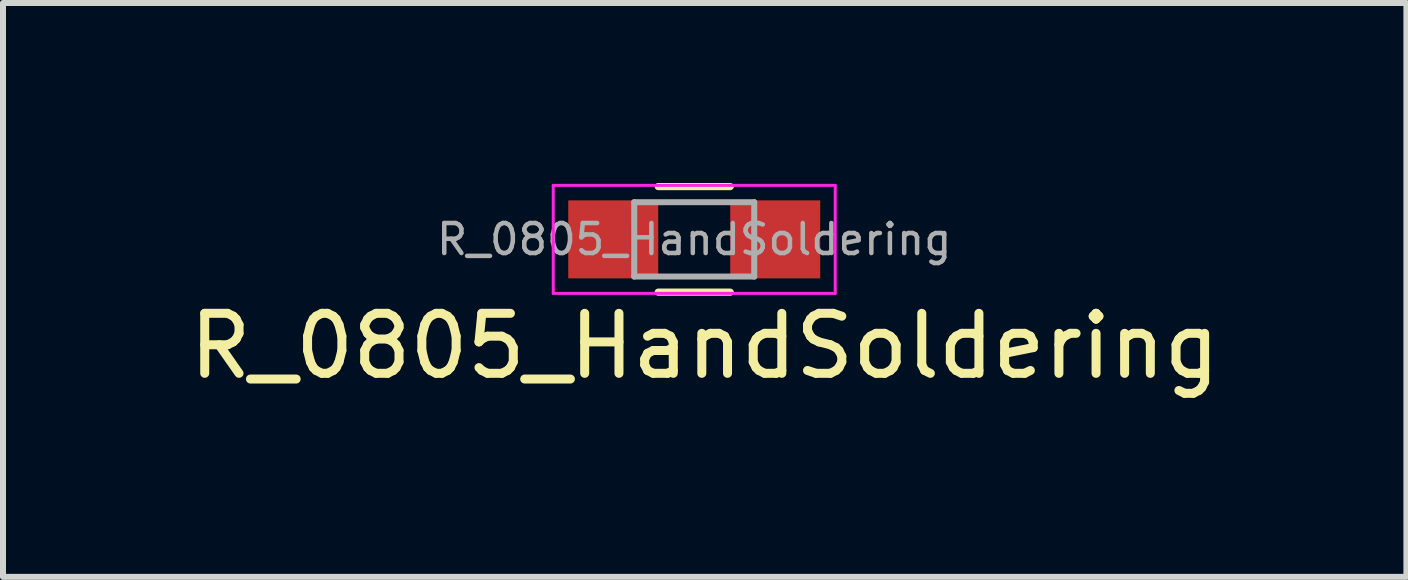
<source format=kicad_pcb>
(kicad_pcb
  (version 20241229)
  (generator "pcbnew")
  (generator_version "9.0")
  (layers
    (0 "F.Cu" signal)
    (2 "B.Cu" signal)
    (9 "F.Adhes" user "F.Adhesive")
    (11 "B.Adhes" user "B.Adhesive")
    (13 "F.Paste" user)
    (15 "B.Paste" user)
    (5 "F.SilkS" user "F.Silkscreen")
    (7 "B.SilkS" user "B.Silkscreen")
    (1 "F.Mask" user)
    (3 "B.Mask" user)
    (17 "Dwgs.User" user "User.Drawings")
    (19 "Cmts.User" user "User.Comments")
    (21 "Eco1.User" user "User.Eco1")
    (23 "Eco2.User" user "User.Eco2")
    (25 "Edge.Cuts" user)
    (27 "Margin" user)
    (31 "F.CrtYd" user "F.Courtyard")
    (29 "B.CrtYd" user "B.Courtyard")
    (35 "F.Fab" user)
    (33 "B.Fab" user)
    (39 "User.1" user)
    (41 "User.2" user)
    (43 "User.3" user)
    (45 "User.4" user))
  (footprint "R_0805_HandSoldering"
    (layer "F.Cu")
    (at 8.522 0.94)
    (property "Reference" "R_0805_HandSoldering" (at 0.174 1.778 0) (layer "F.SilkS") (effects (font (size 1 1) (thickness 0.15))))
    (attr smd)
    (fp_line (start -0.6 -0.88) (end 0.6 -0.88) (stroke (width 0.12) (type solid)) (layer "F.SilkS"))
    (fp_line (start 0.6 0.88) (end -0.6 0.88) (stroke (width 0.12) (type solid)) (layer "F.SilkS"))
    (fp_line (start -2.35 -0.9) (end -2.35 0.9) (stroke (width 0.05) (type solid)) (layer "F.CrtYd"))
    (fp_line (start -2.35 -0.9) (end 2.35 -0.9) (stroke (width 0.05) (type solid)) (layer "F.CrtYd"))
    (fp_line (start 2.35 0.9) (end -2.35 0.9) (stroke (width 0.05) (type solid)) (layer "F.CrtYd"))
    (fp_line (start 2.35 0.9) (end 2.35 -0.9) (stroke (width 0.05) (type solid)) (layer "F.CrtYd"))
    (fp_line (start -1 -0.62) (end 1 -0.62) (stroke (width 0.1) (type solid)) (layer "F.Fab"))
    (fp_line (start -1 0.62) (end -1 -0.62) (stroke (width 0.1) (type solid)) (layer "F.Fab"))
    (fp_line (start 1 -0.62) (end 1 0.62) (stroke (width 0.1) (type solid)) (layer "F.Fab"))
    (fp_line (start 1 0.62) (end -1 0.62) (stroke (width 0.1) (type solid)) (layer "F.Fab"))
    (fp_text user "${REFERENCE}" (at 0 0 0) (layer "F.Fab") (effects (font (size 0.5 0.5) (thickness 0.075))))
    (pad "1" smd rect (at -1.35 0) (size 1.5 1.3) (layers "F.Cu" "F.Mask" "F.Paste"))
    (pad "2" smd rect (at 1.35 0) (size 1.5 1.3) (layers "F.Cu" "F.Mask" "F.Paste")))
  (gr_rect
    (start -3 -3)
    (end 20.393 6.566)
    (stroke (width 0.1) (type default))
    (fill no)
    (layer "Edge.Cuts")))
</source>
